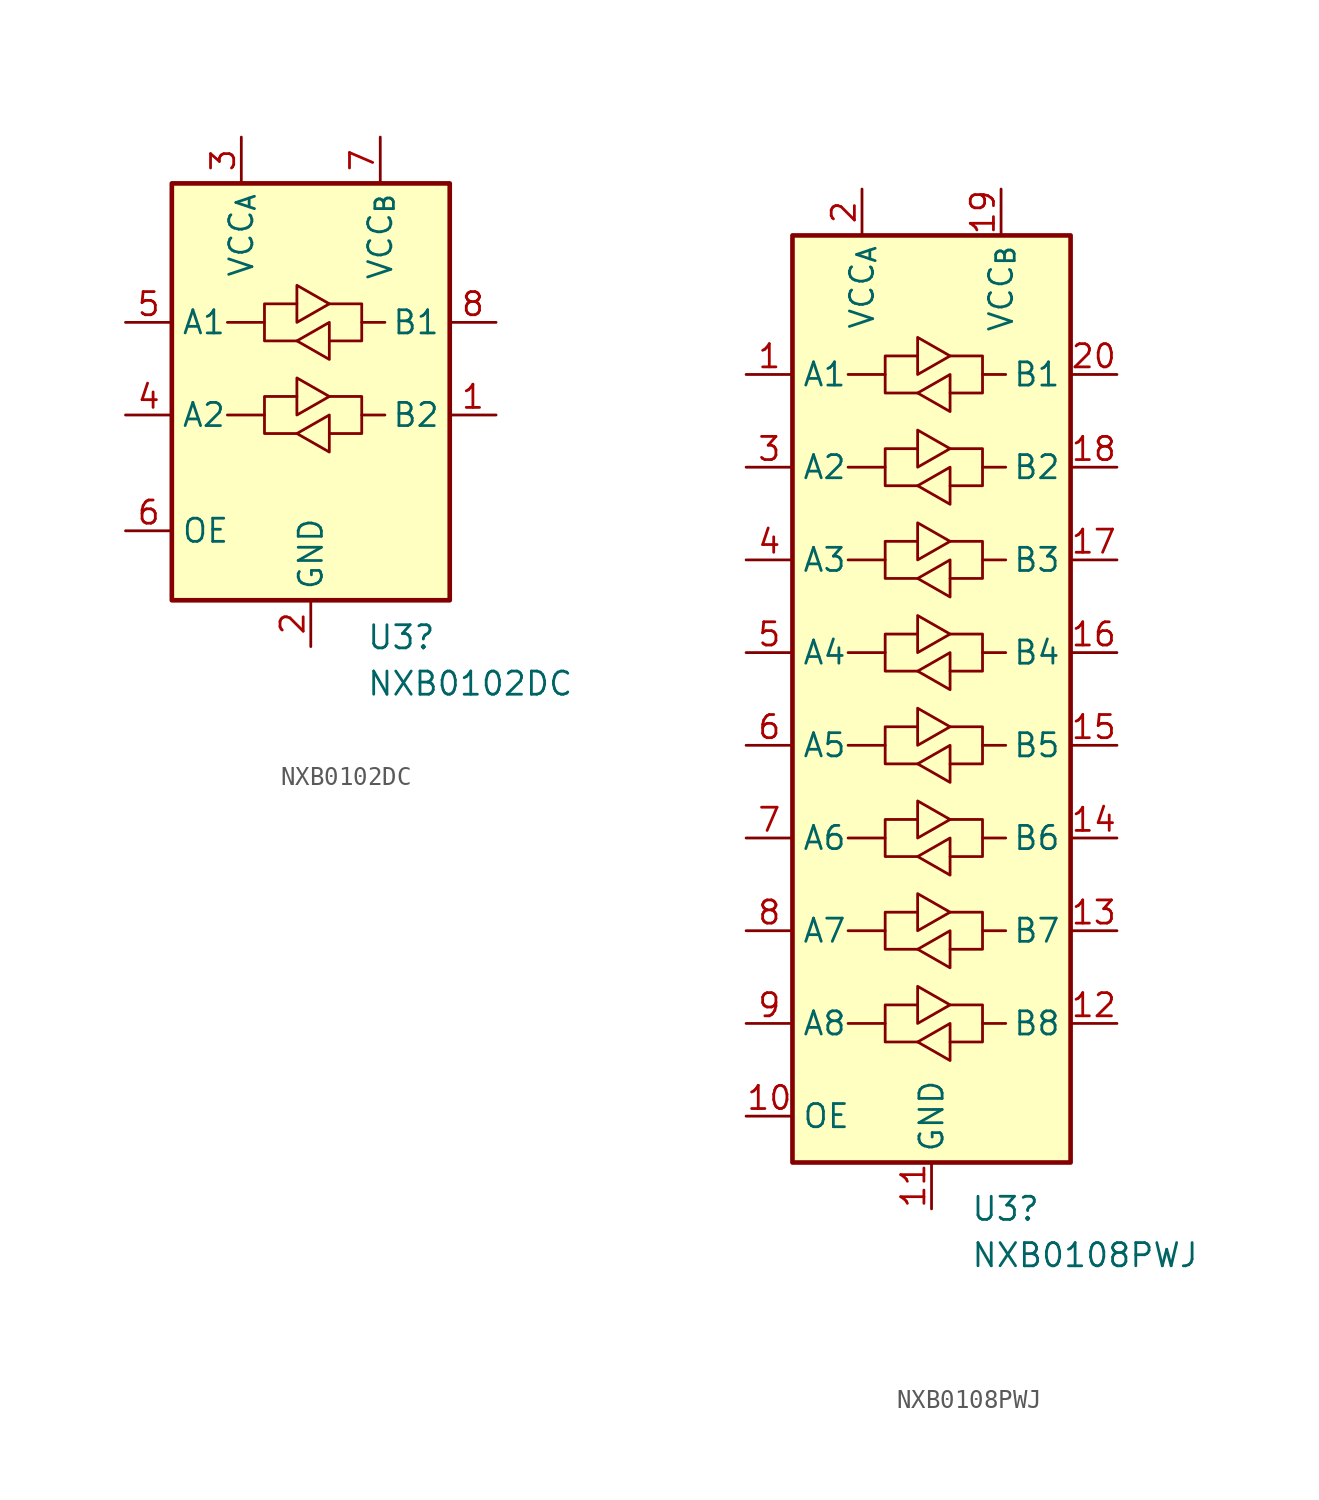
<source format=kicad_sym>
(kicad_symbol_lib
  (version 20241209)
  (generator "kicad_symbol_editor")
  (generator_version "9.0")
  (symbol "NXB0102DC"
    (property "Reference" "U3"
      (at 3.048 -9.652 0)
      (effects (font (size 1.27 1.27)) (justify left)))
    (property "Value" "NXB0102DC"
      (at 3.048 -12.192 0)
      (effects (font (size 1.27 1.27)) (justify left)))
    (symbol "NXB0102DC_0_1"
      (rectangle (start -7.62 15.24) (end 7.62 -7.62) (stroke (width 0.254) (type default)) (fill (type background)))
      (polyline (pts (xy -2.54 7.62) (xy -2.54 8.636) (xy -0.762 8.636)) (stroke (width 0) (type default)) (fill (type none)))
      (polyline (pts (xy -0.762 7.62) (xy -0.762 9.652) (xy 1.016 8.636) (xy -0.762 7.62)) (stroke (width 0) (type default)) (fill (type none)))
      (polyline (pts (xy -0.762 6.604) (xy -2.54 6.604) (xy -2.54 7.62) (xy -4.572 7.62)) (stroke (width 0) (type default)) (fill (type none)))
      (polyline (pts (xy 1.016 8.636) (xy 2.794 8.636) (xy 2.794 7.62) (xy 4.064 7.62)) (stroke (width 0) (type default)) (fill (type none)))
      (polyline (pts (xy 1.016 7.62) (xy 1.016 5.842) (xy 1.016 5.588) (xy -0.762 6.604) (xy 1.016 7.62)) (stroke (width 0) (type default)) (fill (type none)))
      (polyline (pts (xy 2.794 7.62) (xy 2.794 6.604) (xy 1.016 6.604)) (stroke (width 0) (type default)) (fill (type none))))
    (symbol "NXB0102DC_1_0"
      (pin power_in line (at 3.81 17.78 270) (length 2.54) (name "VCC_{B}" (effects (font (size 1.27 1.27)))) (number "7" (effects (font (size 1.27 1.27))))))
    (symbol "NXB0102DC_1_1"
      (polyline (pts (xy -2.54 2.54) (xy -2.54 3.556) (xy -0.762 3.556)) (stroke (width 0) (type default)) (fill (type none)))
      (polyline (pts (xy -0.762 2.54) (xy -0.762 4.572) (xy 1.016 3.556) (xy -0.762 2.54)) (stroke (width 0) (type default)) (fill (type none)))
      (polyline (pts (xy -0.762 1.524) (xy -2.54 1.524) (xy -2.54 2.54) (xy -4.572 2.54)) (stroke (width 0) (type default)) (fill (type none)))
      (polyline (pts (xy 1.016 3.556) (xy 2.794 3.556) (xy 2.794 2.54) (xy 4.064 2.54)) (stroke (width 0) (type default)) (fill (type none)))
      (polyline (pts (xy 1.016 2.54) (xy 1.016 0.762) (xy 1.016 0.508) (xy -0.762 1.524) (xy 1.016 2.54)) (stroke (width 0) (type default)) (fill (type none)))
      (polyline (pts (xy 2.794 2.54) (xy 2.794 1.524) (xy 1.016 1.524)) (stroke (width 0) (type default)) (fill (type none)))
      (pin bidirectional line (at -10.16 7.62 0) (length 2.54) (name "A1" (effects (font (size 1.27 1.27)))) (number "5" (effects (font (size 1.27 1.27)))))
      (pin bidirectional line (at -10.16 2.54 0) (length 2.54) (name "A2" (effects (font (size 1.27 1.27)))) (number "4" (effects (font (size 1.27 1.27)))))
      (pin input line (at -10.16 -3.81 0) (length 2.54) (name "OE" (effects (font (size 1.27 1.27)))) (number "6" (effects (font (size 1.27 1.27)))))
      (pin power_in line (at -3.81 17.78 270) (length 2.54) (name "VCC_{A}" (effects (font (size 1.27 1.27)))) (number "3" (effects (font (size 1.27 1.27)))))
      (pin power_in line (at 0 -10.16 90) (length 2.54) (name "GND" (effects (font (size 1.27 1.27)))) (number "2" (effects (font (size 1.27 1.27)))))
      (pin bidirectional line (at 10.16 7.62 180) (length 2.54) (name "B1" (effects (font (size 1.27 1.27)))) (number "8" (effects (font (size 1.27 1.27)))))
      (pin bidirectional line (at 10.16 2.54 180) (length 2.54) (name "B2" (effects (font (size 1.27 1.27)))) (number "1" (effects (font (size 1.27 1.27)))))))
  (symbol "NXB0108PWJ"
    (property "Reference" "U3"
      (at 2.143 -27.94 0)
      (effects (font (size 1.27 1.27)) (justify left)))
    (property "Value" "NXB0108PWJ"
      (at 2.143 -30.48 0)
      (effects (font (size 1.27 1.27)) (justify left)))
    (symbol "NXB0108PWJ_0_1"
      (rectangle (start -7.62 25.4) (end 7.62 -25.4) (stroke (width 0.254) (type default)) (fill (type background)))
      (polyline (pts (xy -2.54 17.78) (xy -2.54 18.796) (xy -0.762 18.796)) (stroke (width 0) (type default)) (fill (type none)))
      (polyline (pts (xy -2.54 7.62) (xy -2.54 8.636) (xy -0.762 8.636)) (stroke (width 0) (type default)) (fill (type none)))
      (polyline (pts (xy -2.54 -2.54) (xy -2.54 -1.524) (xy -0.762 -1.524)) (stroke (width 0) (type default)) (fill (type none)))
      (polyline (pts (xy -2.54 -12.7) (xy -2.54 -11.684) (xy -0.762 -11.684)) (stroke (width 0) (type default)) (fill (type none)))
      (polyline (pts (xy -0.762 17.78) (xy -0.762 19.812) (xy 1.016 18.796) (xy -0.762 17.78)) (stroke (width 0) (type default)) (fill (type none)))
      (polyline (pts (xy -0.762 16.764) (xy -2.54 16.764) (xy -2.54 17.78) (xy -4.572 17.78)) (stroke (width 0) (type default)) (fill (type none)))
      (polyline (pts (xy -0.762 7.62) (xy -0.762 9.652) (xy 1.016 8.636) (xy -0.762 7.62)) (stroke (width 0) (type default)) (fill (type none)))
      (polyline (pts (xy -0.762 6.604) (xy -2.54 6.604) (xy -2.54 7.62) (xy -4.572 7.62)) (stroke (width 0) (type default)) (fill (type none)))
      (polyline (pts (xy -0.762 -2.54) (xy -0.762 -0.508) (xy 1.016 -1.524) (xy -0.762 -2.54)) (stroke (width 0) (type default)) (fill (type none)))
      (polyline (pts (xy -0.762 -3.556) (xy -2.54 -3.556) (xy -2.54 -2.54) (xy -4.572 -2.54)) (stroke (width 0) (type default)) (fill (type none)))
      (polyline (pts (xy -0.762 -12.7) (xy -0.762 -10.668) (xy 1.016 -11.684) (xy -0.762 -12.7)) (stroke (width 0) (type default)) (fill (type none)))
      (polyline (pts (xy -0.762 -13.716) (xy -2.54 -13.716) (xy -2.54 -12.7) (xy -4.572 -12.7)) (stroke (width 0) (type default)) (fill (type none)))
      (polyline (pts (xy 1.016 18.796) (xy 2.794 18.796) (xy 2.794 17.78) (xy 4.064 17.78)) (stroke (width 0) (type default)) (fill (type none)))
      (polyline (pts (xy 1.016 17.78) (xy 1.016 16.002) (xy 1.016 15.748) (xy -0.762 16.764) (xy 1.016 17.78)) (stroke (width 0) (type default)) (fill (type none)))
      (polyline (pts (xy 1.016 8.636) (xy 2.794 8.636) (xy 2.794 7.62) (xy 4.064 7.62)) (stroke (width 0) (type default)) (fill (type none)))
      (polyline (pts (xy 1.016 7.62) (xy 1.016 5.842) (xy 1.016 5.588) (xy -0.762 6.604) (xy 1.016 7.62)) (stroke (width 0) (type default)) (fill (type none)))
      (polyline (pts (xy 1.016 2.54) (xy 1.016 0.762) (xy 1.016 0.508) (xy -0.762 1.524) (xy 1.016 2.54)) (stroke (width 0) (type default)) (fill (type none)))
      (polyline (pts (xy 1.016 -1.524) (xy 2.794 -1.524) (xy 2.794 -2.54) (xy 4.064 -2.54)) (stroke (width 0) (type default)) (fill (type none)))
      (polyline (pts (xy 1.016 -2.54) (xy 1.016 -4.318) (xy 1.016 -4.572) (xy -0.762 -3.556) (xy 1.016 -2.54)) (stroke (width 0) (type default)) (fill (type none)))
      (polyline (pts (xy 1.016 -11.684) (xy 2.794 -11.684) (xy 2.794 -12.7) (xy 4.064 -12.7)) (stroke (width 0) (type default)) (fill (type none)))
      (polyline (pts (xy 1.016 -12.7) (xy 1.016 -14.478) (xy 1.016 -14.732) (xy -0.762 -13.716) (xy 1.016 -12.7)) (stroke (width 0) (type default)) (fill (type none)))
      (polyline (pts (xy 1.016 -17.78) (xy 1.016 -19.558) (xy 1.016 -19.812) (xy -0.762 -18.796) (xy 1.016 -17.78)) (stroke (width 0) (type default)) (fill (type none)))
      (polyline (pts (xy 2.794 17.78) (xy 2.794 16.764) (xy 1.016 16.764)) (stroke (width 0) (type default)) (fill (type none)))
      (polyline (pts (xy 2.794 7.62) (xy 2.794 6.604) (xy 1.016 6.604)) (stroke (width 0) (type default)) (fill (type none)))
      (polyline (pts (xy 2.794 -2.54) (xy 2.794 -3.556) (xy 1.016 -3.556)) (stroke (width 0) (type default)) (fill (type none)))
      (polyline (pts (xy 2.794 -12.7) (xy 2.794 -13.716) (xy 1.016 -13.716)) (stroke (width 0) (type default)) (fill (type none))))
    (symbol "NXB0108PWJ_1_0"
      (pin power_in line (at 3.81 27.94 270) (length 2.54) (name "VCC_{B}" (effects (font (size 1.27 1.27)))) (number "19" (effects (font (size 1.27 1.27))))))
    (symbol "NXB0108PWJ_1_1"
      (polyline (pts (xy -2.54 12.7) (xy -2.54 13.716) (xy -0.762 13.716)) (stroke (width 0) (type default)) (fill (type none)))
      (polyline (pts (xy -2.54 2.54) (xy -2.54 3.556) (xy -0.762 3.556)) (stroke (width 0) (type default)) (fill (type none)))
      (polyline (pts (xy -2.54 -7.62) (xy -2.54 -6.604) (xy -0.762 -6.604)) (stroke (width 0) (type default)) (fill (type none)))
      (polyline (pts (xy -2.54 -17.78) (xy -2.54 -16.764) (xy -0.762 -16.764)) (stroke (width 0) (type default)) (fill (type none)))
      (polyline (pts (xy -0.762 12.7) (xy -0.762 14.732) (xy 1.016 13.716) (xy -0.762 12.7)) (stroke (width 0) (type default)) (fill (type none)))
      (polyline (pts (xy -0.762 11.684) (xy -2.54 11.684) (xy -2.54 12.7) (xy -4.572 12.7)) (stroke (width 0) (type default)) (fill (type none)))
      (polyline (pts (xy -0.762 2.54) (xy -0.762 4.572) (xy 1.016 3.556) (xy -0.762 2.54)) (stroke (width 0) (type default)) (fill (type none)))
      (polyline (pts (xy -0.762 1.524) (xy -2.54 1.524) (xy -2.54 2.54) (xy -4.572 2.54)) (stroke (width 0) (type default)) (fill (type none)))
      (polyline (pts (xy -0.762 -7.62) (xy -0.762 -5.588) (xy 1.016 -6.604) (xy -0.762 -7.62)) (stroke (width 0) (type default)) (fill (type none)))
      (polyline (pts (xy -0.762 -8.636) (xy -2.54 -8.636) (xy -2.54 -7.62) (xy -4.572 -7.62)) (stroke (width 0) (type default)) (fill (type none)))
      (polyline (pts (xy -0.762 -17.78) (xy -0.762 -15.748) (xy 1.016 -16.764) (xy -0.762 -17.78)) (stroke (width 0) (type default)) (fill (type none)))
      (polyline (pts (xy -0.762 -18.796) (xy -2.54 -18.796) (xy -2.54 -17.78) (xy -4.572 -17.78)) (stroke (width 0) (type default)) (fill (type none)))
      (polyline (pts (xy 1.016 13.716) (xy 2.794 13.716) (xy 2.794 12.7) (xy 4.064 12.7)) (stroke (width 0) (type default)) (fill (type none)))
      (polyline (pts (xy 1.016 12.7) (xy 1.016 10.922) (xy 1.016 10.668) (xy -0.762 11.684) (xy 1.016 12.7)) (stroke (width 0) (type default)) (fill (type none)))
      (polyline (pts (xy 1.016 3.556) (xy 2.794 3.556) (xy 2.794 2.54) (xy 4.064 2.54)) (stroke (width 0) (type default)) (fill (type none)))
      (polyline (pts (xy 1.016 -6.604) (xy 2.794 -6.604) (xy 2.794 -7.62) (xy 4.064 -7.62)) (stroke (width 0) (type default)) (fill (type none)))
      (polyline (pts (xy 1.016 -7.62) (xy 1.016 -9.398) (xy 1.016 -9.652) (xy -0.762 -8.636) (xy 1.016 -7.62)) (stroke (width 0) (type default)) (fill (type none)))
      (polyline (pts (xy 1.016 -16.764) (xy 2.794 -16.764) (xy 2.794 -17.78) (xy 4.064 -17.78)) (stroke (width 0) (type default)) (fill (type none)))
      (polyline (pts (xy 2.794 12.7) (xy 2.794 11.684) (xy 1.016 11.684)) (stroke (width 0) (type default)) (fill (type none)))
      (polyline (pts (xy 2.794 2.54) (xy 2.794 1.524) (xy 1.016 1.524)) (stroke (width 0) (type default)) (fill (type none)))
      (polyline (pts (xy 2.794 -7.62) (xy 2.794 -8.636) (xy 1.016 -8.636)) (stroke (width 0) (type default)) (fill (type none)))
      (polyline (pts (xy 2.794 -17.78) (xy 2.794 -18.796) (xy 1.016 -18.796)) (stroke (width 0) (type default)) (fill (type none)))
      (pin bidirectional line (at -10.16 17.78 0) (length 2.54) (name "A1" (effects (font (size 1.27 1.27)))) (number "1" (effects (font (size 1.27 1.27)))))
      (pin bidirectional line (at -10.16 12.7 0) (length 2.54) (name "A2" (effects (font (size 1.27 1.27)))) (number "3" (effects (font (size 1.27 1.27)))))
      (pin bidirectional line (at -10.16 7.62 0) (length 2.54) (name "A3" (effects (font (size 1.27 1.27)))) (number "4" (effects (font (size 1.27 1.27)))))
      (pin bidirectional line (at -10.16 2.54 0) (length 2.54) (name "A4" (effects (font (size 1.27 1.27)))) (number "5" (effects (font (size 1.27 1.27)))))
      (pin bidirectional line (at -10.16 -2.54 0) (length 2.54) (name "A5" (effects (font (size 1.27 1.27)))) (number "6" (effects (font (size 1.27 1.27)))))
      (pin bidirectional line (at -10.16 -7.62 0) (length 2.54) (name "A6" (effects (font (size 1.27 1.27)))) (number "7" (effects (font (size 1.27 1.27)))))
      (pin bidirectional line (at -10.16 -12.7 0) (length 2.54) (name "A7" (effects (font (size 1.27 1.27)))) (number "8" (effects (font (size 1.27 1.27)))))
      (pin bidirectional line (at -10.16 -17.78 0) (length 2.54) (name "A8" (effects (font (size 1.27 1.27)))) (number "9" (effects (font (size 1.27 1.27)))))
      (pin input line (at -10.16 -22.86 0) (length 2.54) (name "OE" (effects (font (size 1.27 1.27)))) (number "10" (effects (font (size 1.27 1.27)))))
      (pin power_in line (at -3.81 27.94 270) (length 2.54) (name "VCC_{A}" (effects (font (size 1.27 1.27)))) (number "2" (effects (font (size 1.27 1.27)))))
      (pin power_in line (at 0 -27.94 90) (length 2.54) (name "GND" (effects (font (size 1.27 1.27)))) (number "11" (effects (font (size 1.27 1.27)))))
      (pin bidirectional line (at 10.16 17.78 180) (length 2.54) (name "B1" (effects (font (size 1.27 1.27)))) (number "20" (effects (font (size 1.27 1.27)))))
      (pin bidirectional line (at 10.16 12.7 180) (length 2.54) (name "B2" (effects (font (size 1.27 1.27)))) (number "18" (effects (font (size 1.27 1.27)))))
      (pin bidirectional line (at 10.16 7.62 180) (length 2.54) (name "B3" (effects (font (size 1.27 1.27)))) (number "17" (effects (font (size 1.27 1.27)))))
      (pin bidirectional line (at 10.16 2.54 180) (length 2.54) (name "B4" (effects (font (size 1.27 1.27)))) (number "16" (effects (font (size 1.27 1.27)))))
      (pin bidirectional line (at 10.16 -2.54 180) (length 2.54) (name "B5" (effects (font (size 1.27 1.27)))) (number "15" (effects (font (size 1.27 1.27)))))
      (pin bidirectional line (at 10.16 -7.62 180) (length 2.54) (name "B6" (effects (font (size 1.27 1.27)))) (number "14" (effects (font (size 1.27 1.27)))))
      (pin bidirectional line (at 10.16 -12.7 180) (length 2.54) (name "B7" (effects (font (size 1.27 1.27)))) (number "13" (effects (font (size 1.27 1.27)))))
      (pin bidirectional line (at 10.16 -17.78 180) (length 2.54) (name "B8" (effects (font (size 1.27 1.27)))) (number "12" (effects (font (size 1.27 1.27))))))))
</source>
